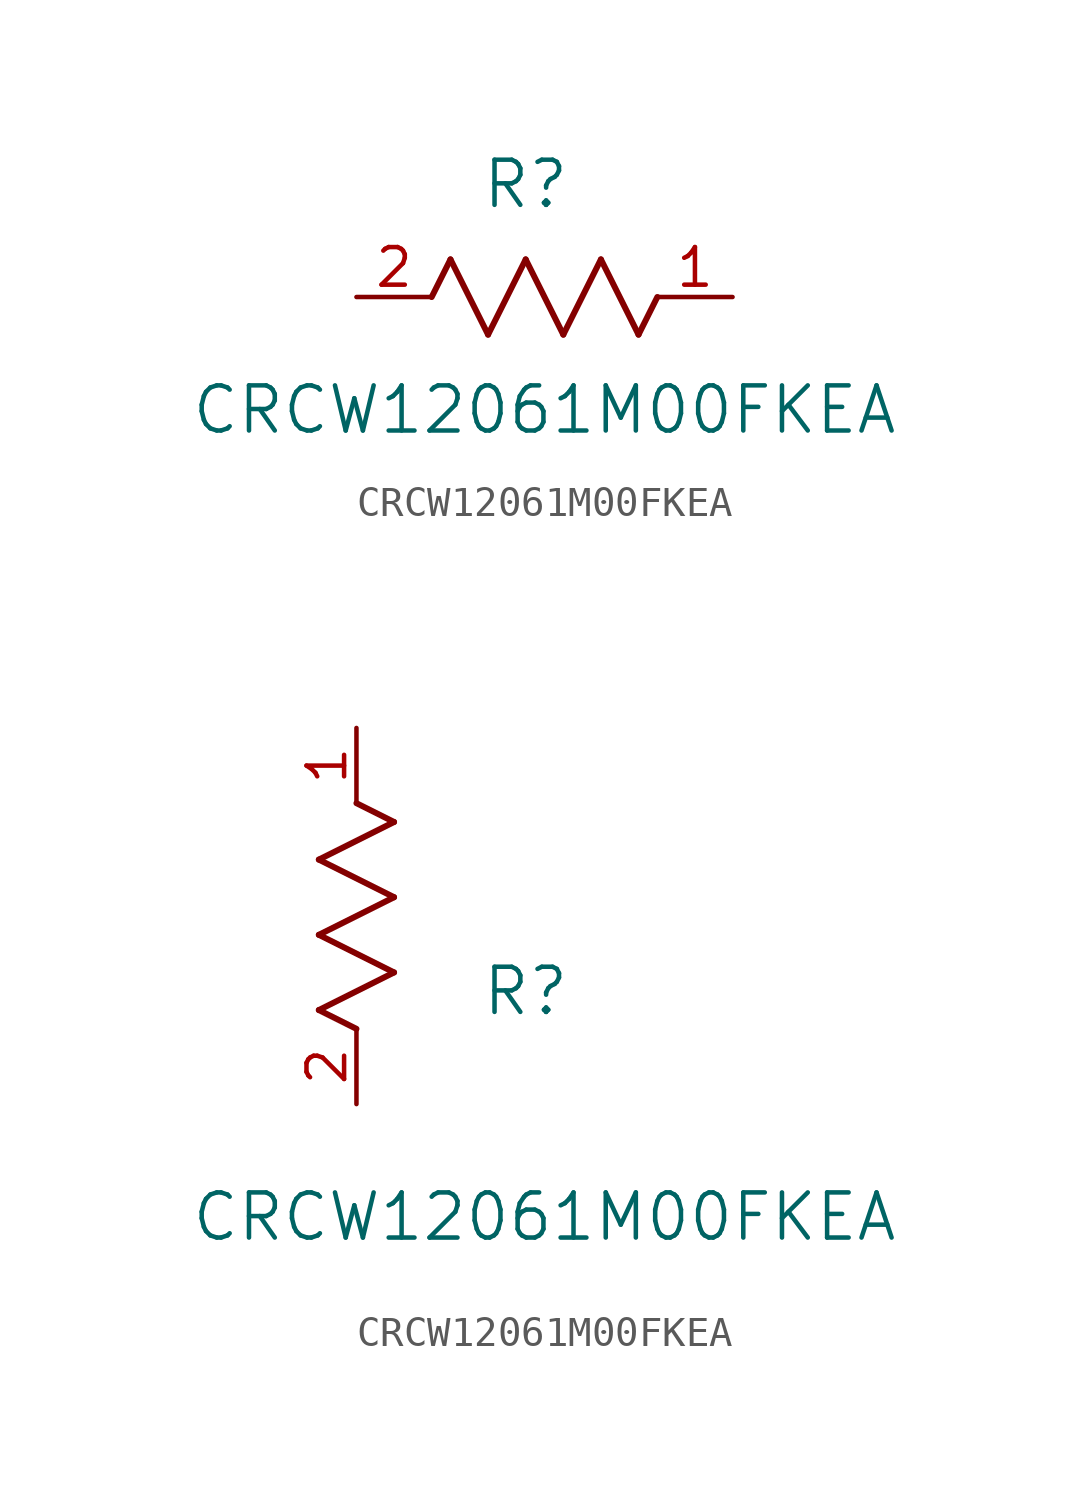
<source format=kicad_sym>
(kicad_symbol_lib
  (version 20211014)
  (generator kicad_symbol_editor)
  (symbol "CRCW12061M00FKEA"
    (pin_names
      (offset 0.254))
    (property "Reference" "R"
      (at 5.715 3.81 0)
      (effects (font (size 1.524 1.524))))
    (property "Value" "CRCW12061M00FKEA"
      (at 6.35 -3.81 0)
      (effects (font (size 1.524 1.524))))
    (symbol "CRCW12061M00FKEA_1_1"
      (polyline (pts (xy 3.175 1.27) (xy 4.445 -1.27)) (stroke (width 0.203) (type default) (color 0 0 0 0)) (fill (type none)))
      (polyline (pts (xy 4.445 -1.27) (xy 5.715 1.27)) (stroke (width 0.203) (type default) (color 0 0 0 0)) (fill (type none)))
      (polyline (pts (xy 5.715 1.27) (xy 6.985 -1.27)) (stroke (width 0.203) (type default) (color 0 0 0 0)) (fill (type none)))
      (polyline (pts (xy 6.985 -1.27) (xy 8.255 1.27)) (stroke (width 0.203) (type default) (color 0 0 0 0)) (fill (type none)))
      (polyline (pts (xy 8.255 1.27) (xy 9.525 -1.27)) (stroke (width 0.203) (type default) (color 0 0 0 0)) (fill (type none)))
      (polyline (pts (xy 2.54 0) (xy 3.175 1.27)) (stroke (width 0.203) (type default) (color 0 0 0 0)) (fill (type none)))
      (polyline (pts (xy 9.525 -1.27) (xy 10.16 0)) (stroke (width 0.203) (type default) (color 0 0 0 0)) (fill (type none)))
      (pin unspecified line (at 12.7 0 180) (length 2.54) (name "" (effects (font (size 1.27 1.27)))) (number "1" (effects (font (size 1.27 1.27)))))
      (pin unspecified line (at 0 0 0) (length 2.54) (name "" (effects (font (size 1.27 1.27)))) (number "2" (effects (font (size 1.27 1.27))))))
    (symbol "CRCW12061M00FKEA_1_2"
      (polyline (pts (xy 0 2.54) (xy -1.27 3.175)) (stroke (width 0.203) (type default) (color 0 0 0 0)) (fill (type none)))
      (polyline (pts (xy -1.27 3.175) (xy 1.27 4.445)) (stroke (width 0.203) (type default) (color 0 0 0 0)) (fill (type none)))
      (polyline (pts (xy 1.27 4.445) (xy -1.27 5.715)) (stroke (width 0.203) (type default) (color 0 0 0 0)) (fill (type none)))
      (polyline (pts (xy -1.27 5.715) (xy 1.27 6.985)) (stroke (width 0.203) (type default) (color 0 0 0 0)) (fill (type none)))
      (polyline (pts (xy -1.27 8.255) (xy 1.27 9.525)) (stroke (width 0.203) (type default) (color 0 0 0 0)) (fill (type none)))
      (polyline (pts (xy 1.27 9.525) (xy 0 10.16)) (stroke (width 0.203) (type default) (color 0 0 0 0)) (fill (type none)))
      (polyline (pts (xy 1.27 6.985) (xy -1.27 8.255)) (stroke (width 0.203) (type default) (color 0 0 0 0)) (fill (type none)))
      (pin unspecified line (at 0 12.7 270) (length 2.54) (name "" (effects (font (size 1.27 1.27)))) (number "1" (effects (font (size 1.27 1.27)))))
      (pin unspecified line (at 0 0 90) (length 2.54) (name "" (effects (font (size 1.27 1.27)))) (number "2" (effects (font (size 1.27 1.27))))))))
</source>
